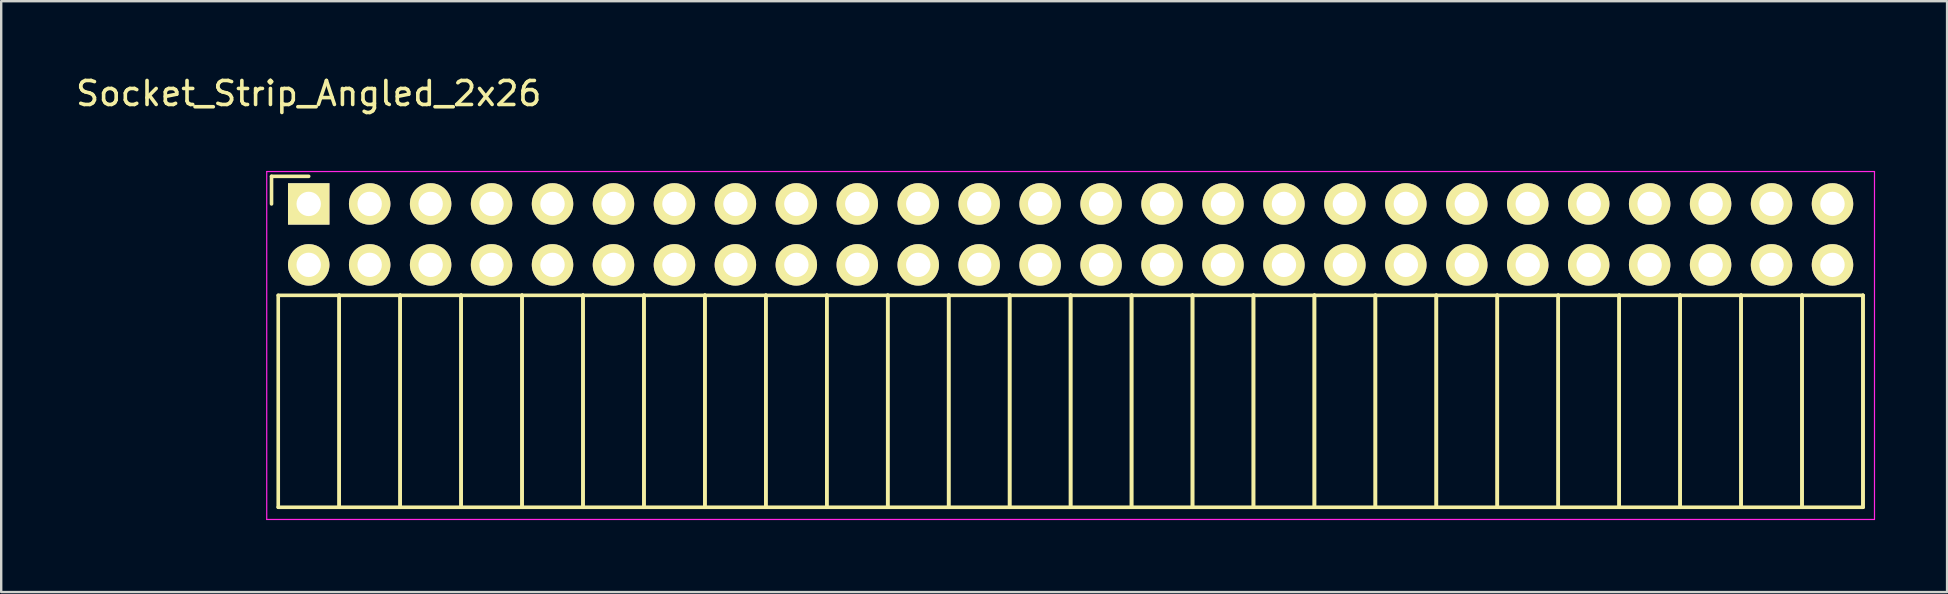
<source format=kicad_pcb>
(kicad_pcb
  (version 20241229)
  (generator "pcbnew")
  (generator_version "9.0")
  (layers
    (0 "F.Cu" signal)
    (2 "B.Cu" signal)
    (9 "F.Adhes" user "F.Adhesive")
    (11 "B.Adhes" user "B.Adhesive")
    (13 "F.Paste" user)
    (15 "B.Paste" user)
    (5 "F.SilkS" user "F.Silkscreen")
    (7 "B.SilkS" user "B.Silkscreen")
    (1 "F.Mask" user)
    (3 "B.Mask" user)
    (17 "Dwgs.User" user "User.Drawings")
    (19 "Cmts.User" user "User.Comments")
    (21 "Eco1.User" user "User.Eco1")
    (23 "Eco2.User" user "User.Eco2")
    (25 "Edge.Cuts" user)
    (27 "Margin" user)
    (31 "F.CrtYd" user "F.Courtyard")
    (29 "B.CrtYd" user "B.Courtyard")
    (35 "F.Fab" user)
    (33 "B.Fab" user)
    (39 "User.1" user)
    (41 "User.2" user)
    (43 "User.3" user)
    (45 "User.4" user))
  (footprint "Socket_Strip_Angled_2x26"
    (layer "F.Cu")
    (at 9.815 5.448)
    (property "Reference" "Socket_Strip_Angled_2x26" (at 0 -4.6 0) (layer "F.SilkS") (effects (font (size 1 1) (thickness 0.15))))
    (attr through_hole)
    (fp_line (start -1.55 -1.15) (end -1.55 0) (stroke (width 0.15) (type solid)) (layer "F.SilkS"))
    (fp_line (start -1.27 3.81) (end -1.27 12.64) (stroke (width 0.15) (type solid)) (layer "F.SilkS"))
    (fp_line (start -1.27 3.81) (end 1.27 3.81) (stroke (width 0.15) (type solid)) (layer "F.SilkS"))
    (fp_line (start -1.27 12.64) (end 1.27 12.64) (stroke (width 0.15) (type solid)) (layer "F.SilkS"))
    (fp_line (start 0 -1.15) (end -1.55 -1.15) (stroke (width 0.15) (type solid)) (layer "F.SilkS"))
    (fp_line (start 1.27 3.81) (end 1.27 12.64) (stroke (width 0.15) (type solid)) (layer "F.SilkS"))
    (fp_line (start 1.27 3.81) (end 3.81 3.81) (stroke (width 0.15) (type solid)) (layer "F.SilkS"))
    (fp_line (start 1.27 12.64) (end 1.27 3.81) (stroke (width 0.15) (type solid)) (layer "F.SilkS"))
    (fp_line (start 1.27 12.64) (end 3.81 12.64) (stroke (width 0.15) (type solid)) (layer "F.SilkS"))
    (fp_line (start 3.81 3.81) (end 3.81 12.64) (stroke (width 0.15) (type solid)) (layer "F.SilkS"))
    (fp_line (start 3.81 3.81) (end 6.35 3.81) (stroke (width 0.15) (type solid)) (layer "F.SilkS"))
    (fp_line (start 3.81 12.64) (end 3.81 3.81) (stroke (width 0.15) (type solid)) (layer "F.SilkS"))
    (fp_line (start 3.81 12.64) (end 6.35 12.64) (stroke (width 0.15) (type solid)) (layer "F.SilkS"))
    (fp_line (start 6.35 3.81) (end 6.35 12.64) (stroke (width 0.15) (type solid)) (layer "F.SilkS"))
    (fp_line (start 6.35 3.81) (end 8.89 3.81) (stroke (width 0.15) (type solid)) (layer "F.SilkS"))
    (fp_line (start 6.35 12.64) (end 6.35 3.81) (stroke (width 0.15) (type solid)) (layer "F.SilkS"))
    (fp_line (start 6.35 12.64) (end 8.89 12.64) (stroke (width 0.15) (type solid)) (layer "F.SilkS"))
    (fp_line (start 8.89 3.81) (end 8.89 12.64) (stroke (width 0.15) (type solid)) (layer "F.SilkS"))
    (fp_line (start 8.89 3.81) (end 11.43 3.81) (stroke (width 0.15) (type solid)) (layer "F.SilkS"))
    (fp_line (start 8.89 12.64) (end 8.89 3.81) (stroke (width 0.15) (type solid)) (layer "F.SilkS"))
    (fp_line (start 8.89 12.64) (end 11.43 12.64) (stroke (width 0.15) (type solid)) (layer "F.SilkS"))
    (fp_line (start 11.43 3.81) (end 11.43 12.64) (stroke (width 0.15) (type solid)) (layer "F.SilkS"))
    (fp_line (start 11.43 3.81) (end 13.97 3.81) (stroke (width 0.15) (type solid)) (layer "F.SilkS"))
    (fp_line (start 11.43 12.64) (end 11.43 3.81) (stroke (width 0.15) (type solid)) (layer "F.SilkS"))
    (fp_line (start 11.43 12.64) (end 13.97 12.64) (stroke (width 0.15) (type solid)) (layer "F.SilkS"))
    (fp_line (start 13.97 3.81) (end 13.97 12.64) (stroke (width 0.15) (type solid)) (layer "F.SilkS"))
    (fp_line (start 13.97 3.81) (end 16.51 3.81) (stroke (width 0.15) (type solid)) (layer "F.SilkS"))
    (fp_line (start 13.97 12.64) (end 13.97 3.81) (stroke (width 0.15) (type solid)) (layer "F.SilkS"))
    (fp_line (start 13.97 12.64) (end 16.51 12.64) (stroke (width 0.15) (type solid)) (layer "F.SilkS"))
    (fp_line (start 16.51 3.81) (end 16.51 12.64) (stroke (width 0.15) (type solid)) (layer "F.SilkS"))
    (fp_line (start 16.51 3.81) (end 19.05 3.81) (stroke (width 0.15) (type solid)) (layer "F.SilkS"))
    (fp_line (start 16.51 12.64) (end 16.51 3.81) (stroke (width 0.15) (type solid)) (layer "F.SilkS"))
    (fp_line (start 16.51 12.64) (end 19.05 12.64) (stroke (width 0.15) (type solid)) (layer "F.SilkS"))
    (fp_line (start 19.05 3.81) (end 19.05 12.64) (stroke (width 0.15) (type solid)) (layer "F.SilkS"))
    (fp_line (start 19.05 3.81) (end 21.59 3.81) (stroke (width 0.15) (type solid)) (layer "F.SilkS"))
    (fp_line (start 19.05 12.64) (end 19.05 3.81) (stroke (width 0.15) (type solid)) (layer "F.SilkS"))
    (fp_line (start 19.05 12.64) (end 21.59 12.64) (stroke (width 0.15) (type solid)) (layer "F.SilkS"))
    (fp_line (start 21.59 3.81) (end 21.59 12.64) (stroke (width 0.15) (type solid)) (layer "F.SilkS"))
    (fp_line (start 21.59 3.81) (end 24.13 3.81) (stroke (width 0.15) (type solid)) (layer "F.SilkS"))
    (fp_line (start 21.59 12.64) (end 21.59 3.81) (stroke (width 0.15) (type solid)) (layer "F.SilkS"))
    (fp_line (start 21.59 12.64) (end 24.13 12.64) (stroke (width 0.15) (type solid)) (layer "F.SilkS"))
    (fp_line (start 24.13 3.81) (end 24.13 12.64) (stroke (width 0.15) (type solid)) (layer "F.SilkS"))
    (fp_line (start 24.13 3.81) (end 26.67 3.81) (stroke (width 0.15) (type solid)) (layer "F.SilkS"))
    (fp_line (start 24.13 12.64) (end 24.13 3.81) (stroke (width 0.15) (type solid)) (layer "F.SilkS"))
    (fp_line (start 24.13 12.64) (end 26.67 12.64) (stroke (width 0.15) (type solid)) (layer "F.SilkS"))
    (fp_line (start 26.67 3.81) (end 26.67 12.64) (stroke (width 0.15) (type solid)) (layer "F.SilkS"))
    (fp_line (start 26.67 3.81) (end 29.21 3.81) (stroke (width 0.15) (type solid)) (layer "F.SilkS"))
    (fp_line (start 26.67 12.64) (end 26.67 3.81) (stroke (width 0.15) (type solid)) (layer "F.SilkS"))
    (fp_line (start 26.67 12.64) (end 29.21 12.64) (stroke (width 0.15) (type solid)) (layer "F.SilkS"))
    (fp_line (start 29.21 3.81) (end 29.21 12.64) (stroke (width 0.15) (type solid)) (layer "F.SilkS"))
    (fp_line (start 29.21 3.81) (end 31.75 3.81) (stroke (width 0.15) (type solid)) (layer "F.SilkS"))
    (fp_line (start 29.21 12.64) (end 29.21 3.81) (stroke (width 0.15) (type solid)) (layer "F.SilkS"))
    (fp_line (start 29.21 12.64) (end 31.75 12.64) (stroke (width 0.15) (type solid)) (layer "F.SilkS"))
    (fp_line (start 31.75 3.81) (end 31.75 12.64) (stroke (width 0.15) (type solid)) (layer "F.SilkS"))
    (fp_line (start 31.75 3.81) (end 34.29 3.81) (stroke (width 0.15) (type solid)) (layer "F.SilkS"))
    (fp_line (start 31.75 12.64) (end 31.75 3.81) (stroke (width 0.15) (type solid)) (layer "F.SilkS"))
    (fp_line (start 31.75 12.64) (end 34.29 12.64) (stroke (width 0.15) (type solid)) (layer "F.SilkS"))
    (fp_line (start 34.29 3.81) (end 34.29 12.64) (stroke (width 0.15) (type solid)) (layer "F.SilkS"))
    (fp_line (start 34.29 3.81) (end 36.83 3.81) (stroke (width 0.15) (type solid)) (layer "F.SilkS"))
    (fp_line (start 34.29 12.64) (end 34.29 3.81) (stroke (width 0.15) (type solid)) (layer "F.SilkS"))
    (fp_line (start 34.29 12.64) (end 36.83 12.64) (stroke (width 0.15) (type solid)) (layer "F.SilkS"))
    (fp_line (start 36.83 3.81) (end 36.83 12.64) (stroke (width 0.15) (type solid)) (layer "F.SilkS"))
    (fp_line (start 36.83 3.81) (end 39.37 3.81) (stroke (width 0.15) (type solid)) (layer "F.SilkS"))
    (fp_line (start 36.83 12.64) (end 36.83 3.81) (stroke (width 0.15) (type solid)) (layer "F.SilkS"))
    (fp_line (start 36.83 12.64) (end 39.37 12.64) (stroke (width 0.15) (type solid)) (layer "F.SilkS"))
    (fp_line (start 39.37 3.81) (end 39.37 12.64) (stroke (width 0.15) (type solid)) (layer "F.SilkS"))
    (fp_line (start 39.37 3.81) (end 41.91 3.81) (stroke (width 0.15) (type solid)) (layer "F.SilkS"))
    (fp_line (start 39.37 12.64) (end 39.37 3.81) (stroke (width 0.15) (type solid)) (layer "F.SilkS"))
    (fp_line (start 39.37 12.64) (end 41.91 12.64) (stroke (width 0.15) (type solid)) (layer "F.SilkS"))
    (fp_line (start 41.91 3.81) (end 41.91 12.64) (stroke (width 0.15) (type solid)) (layer "F.SilkS"))
    (fp_line (start 41.91 3.81) (end 44.45 3.81) (stroke (width 0.15) (type solid)) (layer "F.SilkS"))
    (fp_line (start 41.91 12.64) (end 41.91 3.81) (stroke (width 0.15) (type solid)) (layer "F.SilkS"))
    (fp_line (start 41.91 12.64) (end 44.45 12.64) (stroke (width 0.15) (type solid)) (layer "F.SilkS"))
    (fp_line (start 44.45 3.81) (end 44.45 12.64) (stroke (width 0.15) (type solid)) (layer "F.SilkS"))
    (fp_line (start 44.45 3.81) (end 46.99 3.81) (stroke (width 0.15) (type solid)) (layer "F.SilkS"))
    (fp_line (start 44.45 12.64) (end 44.45 3.81) (stroke (width 0.15) (type solid)) (layer "F.SilkS"))
    (fp_line (start 44.45 12.64) (end 46.99 12.64) (stroke (width 0.15) (type solid)) (layer "F.SilkS"))
    (fp_line (start 46.99 3.81) (end 46.99 12.64) (stroke (width 0.15) (type solid)) (layer "F.SilkS"))
    (fp_line (start 46.99 3.81) (end 49.53 3.81) (stroke (width 0.15) (type solid)) (layer "F.SilkS"))
    (fp_line (start 46.99 12.64) (end 46.99 3.81) (stroke (width 0.15) (type solid)) (layer "F.SilkS"))
    (fp_line (start 46.99 12.64) (end 49.53 12.64) (stroke (width 0.15) (type solid)) (layer "F.SilkS"))
    (fp_line (start 49.53 3.81) (end 49.53 12.64) (stroke (width 0.15) (type solid)) (layer "F.SilkS"))
    (fp_line (start 49.53 3.81) (end 52.07 3.81) (stroke (width 0.15) (type solid)) (layer "F.SilkS"))
    (fp_line (start 49.53 12.64) (end 49.53 3.81) (stroke (width 0.15) (type solid)) (layer "F.SilkS"))
    (fp_line (start 49.53 12.64) (end 52.07 12.64) (stroke (width 0.15) (type solid)) (layer "F.SilkS"))
    (fp_line (start 52.07 3.81) (end 52.07 12.64) (stroke (width 0.15) (type solid)) (layer "F.SilkS"))
    (fp_line (start 52.07 3.81) (end 54.61 3.81) (stroke (width 0.15) (type solid)) (layer "F.SilkS"))
    (fp_line (start 52.07 12.64) (end 52.07 3.81) (stroke (width 0.15) (type solid)) (layer "F.SilkS"))
    (fp_line (start 52.07 12.64) (end 54.61 12.64) (stroke (width 0.15) (type solid)) (layer "F.SilkS"))
    (fp_line (start 54.61 3.81) (end 54.61 12.64) (stroke (width 0.15) (type solid)) (layer "F.SilkS"))
    (fp_line (start 54.61 3.81) (end 57.15 3.81) (stroke (width 0.15) (type solid)) (layer "F.SilkS"))
    (fp_line (start 54.61 12.64) (end 54.61 3.81) (stroke (width 0.15) (type solid)) (layer "F.SilkS"))
    (fp_line (start 54.61 12.64) (end 57.15 12.64) (stroke (width 0.15) (type solid)) (layer "F.SilkS"))
    (fp_line (start 57.15 3.81) (end 57.15 12.64) (stroke (width 0.15) (type solid)) (layer "F.SilkS"))
    (fp_line (start 57.15 3.81) (end 59.69 3.81) (stroke (width 0.15) (type solid)) (layer "F.SilkS"))
    (fp_line (start 57.15 12.64) (end 57.15 3.81) (stroke (width 0.15) (type solid)) (layer "F.SilkS"))
    (fp_line (start 57.15 12.64) (end 59.69 12.64) (stroke (width 0.15) (type solid)) (layer "F.SilkS"))
    (fp_line (start 59.69 3.81) (end 59.69 12.64) (stroke (width 0.15) (type solid)) (layer "F.SilkS"))
    (fp_line (start 59.69 3.81) (end 62.23 3.81) (stroke (width 0.15) (type solid)) (layer "F.SilkS"))
    (fp_line (start 59.69 12.64) (end 59.69 3.81) (stroke (width 0.15) (type solid)) (layer "F.SilkS"))
    (fp_line (start 59.69 12.64) (end 62.23 12.64) (stroke (width 0.15) (type solid)) (layer "F.SilkS"))
    (fp_line (start 62.23 3.81) (end 62.23 12.64) (stroke (width 0.15) (type solid)) (layer "F.SilkS"))
    (fp_line (start 62.23 3.81) (end 64.77 3.81) (stroke (width 0.15) (type solid)) (layer "F.SilkS"))
    (fp_line (start 62.23 12.64) (end 62.23 3.81) (stroke (width 0.15) (type solid)) (layer "F.SilkS"))
    (fp_line (start 62.23 12.64) (end 64.77 12.64) (stroke (width 0.15) (type solid)) (layer "F.SilkS"))
    (fp_line (start 64.77 3.81) (end 64.77 12.64) (stroke (width 0.15) (type solid)) (layer "F.SilkS"))
    (fp_line (start 64.77 12.64) (end 64.77 3.81) (stroke (width 0.15) (type solid)) (layer "F.SilkS"))
    (fp_line (start -1.75 -1.35) (end -1.75 13.15) (stroke (width 0.05) (type solid)) (layer "F.CrtYd"))
    (fp_line (start -1.75 -1.35) (end 65.25 -1.35) (stroke (width 0.05) (type solid)) (layer "F.CrtYd"))
    (fp_line (start -1.75 13.15) (end 65.25 13.15) (stroke (width 0.05) (type solid)) (layer "F.CrtYd"))
    (fp_line (start 65.25 -1.35) (end 65.25 13.15) (stroke (width 0.05) (type solid)) (layer "F.CrtYd"))
    (pad "1" thru_hole rect (at 0 0) (size 1.727 1.727) (drill 1.016) (layers "*.Cu" "*.Mask" "F.SilkS"))
    (pad "2" thru_hole oval (at 0 2.54) (size 1.727 1.727) (drill 1.016) (layers "*.Cu" "*.Mask" "F.SilkS"))
    (pad "3" thru_hole oval (at 2.54 0) (size 1.727 1.727) (drill 1.016) (layers "*.Cu" "*.Mask" "F.SilkS"))
    (pad "4" thru_hole oval (at 2.54 2.54) (size 1.727 1.727) (drill 1.016) (layers "*.Cu" "*.Mask" "F.SilkS"))
    (pad "5" thru_hole oval (at 5.08 0) (size 1.727 1.727) (drill 1.016) (layers "*.Cu" "*.Mask" "F.SilkS"))
    (pad "6" thru_hole oval (at 5.08 2.54) (size 1.727 1.727) (drill 1.016) (layers "*.Cu" "*.Mask" "F.SilkS"))
    (pad "7" thru_hole oval (at 7.62 0) (size 1.727 1.727) (drill 1.016) (layers "*.Cu" "*.Mask" "F.SilkS"))
    (pad "8" thru_hole oval (at 7.62 2.54) (size 1.727 1.727) (drill 1.016) (layers "*.Cu" "*.Mask" "F.SilkS"))
    (pad "9" thru_hole oval (at 10.16 0) (size 1.727 1.727) (drill 1.016) (layers "*.Cu" "*.Mask" "F.SilkS"))
    (pad "10" thru_hole oval (at 10.16 2.54) (size 1.727 1.727) (drill 1.016) (layers "*.Cu" "*.Mask" "F.SilkS"))
    (pad "11" thru_hole oval (at 12.7 0) (size 1.727 1.727) (drill 1.016) (layers "*.Cu" "*.Mask" "F.SilkS"))
    (pad "12" thru_hole oval (at 12.7 2.54) (size 1.727 1.727) (drill 1.016) (layers "*.Cu" "*.Mask" "F.SilkS"))
    (pad "13" thru_hole oval (at 15.24 0) (size 1.727 1.727) (drill 1.016) (layers "*.Cu" "*.Mask" "F.SilkS"))
    (pad "14" thru_hole oval (at 15.24 2.54) (size 1.727 1.727) (drill 1.016) (layers "*.Cu" "*.Mask" "F.SilkS"))
    (pad "15" thru_hole oval (at 17.78 0) (size 1.727 1.727) (drill 1.016) (layers "*.Cu" "*.Mask" "F.SilkS"))
    (pad "16" thru_hole oval (at 17.78 2.54) (size 1.727 1.727) (drill 1.016) (layers "*.Cu" "*.Mask" "F.SilkS"))
    (pad "17" thru_hole oval (at 20.32 0) (size 1.727 1.727) (drill 1.016) (layers "*.Cu" "*.Mask" "F.SilkS"))
    (pad "18" thru_hole oval (at 20.32 2.54) (size 1.727 1.727) (drill 1.016) (layers "*.Cu" "*.Mask" "F.SilkS"))
    (pad "19" thru_hole oval (at 22.86 0) (size 1.727 1.727) (drill 1.016) (layers "*.Cu" "*.Mask" "F.SilkS"))
    (pad "20" thru_hole oval (at 22.86 2.54) (size 1.727 1.727) (drill 1.016) (layers "*.Cu" "*.Mask" "F.SilkS"))
    (pad "21" thru_hole oval (at 25.4 0) (size 1.727 1.727) (drill 1.016) (layers "*.Cu" "*.Mask" "F.SilkS"))
    (pad "22" thru_hole oval (at 25.4 2.54) (size 1.727 1.727) (drill 1.016) (layers "*.Cu" "*.Mask" "F.SilkS"))
    (pad "23" thru_hole oval (at 27.94 0) (size 1.727 1.727) (drill 1.016) (layers "*.Cu" "*.Mask" "F.SilkS"))
    (pad "24" thru_hole oval (at 27.94 2.54) (size 1.727 1.727) (drill 1.016) (layers "*.Cu" "*.Mask" "F.SilkS"))
    (pad "25" thru_hole oval (at 30.48 0) (size 1.727 1.727) (drill 1.016) (layers "*.Cu" "*.Mask" "F.SilkS"))
    (pad "26" thru_hole oval (at 30.48 2.54) (size 1.727 1.727) (drill 1.016) (layers "*.Cu" "*.Mask" "F.SilkS"))
    (pad "27" thru_hole oval (at 33.02 0) (size 1.727 1.727) (drill 1.016) (layers "*.Cu" "*.Mask" "F.SilkS"))
    (pad "28" thru_hole oval (at 33.02 2.54) (size 1.727 1.727) (drill 1.016) (layers "*.Cu" "*.Mask" "F.SilkS"))
    (pad "29" thru_hole oval (at 35.56 0) (size 1.727 1.727) (drill 1.016) (layers "*.Cu" "*.Mask" "F.SilkS"))
    (pad "30" thru_hole oval (at 35.56 2.54) (size 1.727 1.727) (drill 1.016) (layers "*.Cu" "*.Mask" "F.SilkS"))
    (pad "31" thru_hole oval (at 38.1 0) (size 1.727 1.727) (drill 1.016) (layers "*.Cu" "*.Mask" "F.SilkS"))
    (pad "32" thru_hole oval (at 38.1 2.54) (size 1.727 1.727) (drill 1.016) (layers "*.Cu" "*.Mask" "F.SilkS"))
    (pad "33" thru_hole oval (at 40.64 0) (size 1.727 1.727) (drill 1.016) (layers "*.Cu" "*.Mask" "F.SilkS"))
    (pad "34" thru_hole oval (at 40.64 2.54) (size 1.727 1.727) (drill 1.016) (layers "*.Cu" "*.Mask" "F.SilkS"))
    (pad "35" thru_hole oval (at 43.18 0) (size 1.727 1.727) (drill 1.016) (layers "*.Cu" "*.Mask" "F.SilkS"))
    (pad "36" thru_hole oval (at 43.18 2.54) (size 1.727 1.727) (drill 1.016) (layers "*.Cu" "*.Mask" "F.SilkS"))
    (pad "37" thru_hole oval (at 45.72 0) (size 1.727 1.727) (drill 1.016) (layers "*.Cu" "*.Mask" "F.SilkS"))
    (pad "38" thru_hole oval (at 45.72 2.54) (size 1.727 1.727) (drill 1.016) (layers "*.Cu" "*.Mask" "F.SilkS"))
    (pad "39" thru_hole oval (at 48.26 0) (size 1.727 1.727) (drill 1.016) (layers "*.Cu" "*.Mask" "F.SilkS"))
    (pad "40" thru_hole oval (at 48.26 2.54) (size 1.727 1.727) (drill 1.016) (layers "*.Cu" "*.Mask" "F.SilkS"))
    (pad "41" thru_hole oval (at 50.8 0) (size 1.727 1.727) (drill 1.016) (layers "*.Cu" "*.Mask" "F.SilkS"))
    (pad "42" thru_hole oval (at 50.8 2.54) (size 1.727 1.727) (drill 1.016) (layers "*.Cu" "*.Mask" "F.SilkS"))
    (pad "43" thru_hole oval (at 53.34 0) (size 1.727 1.727) (drill 1.016) (layers "*.Cu" "*.Mask" "F.SilkS"))
    (pad "44" thru_hole oval (at 53.34 2.54) (size 1.727 1.727) (drill 1.016) (layers "*.Cu" "*.Mask" "F.SilkS"))
    (pad "45" thru_hole oval (at 55.88 0) (size 1.727 1.727) (drill 1.016) (layers "*.Cu" "*.Mask" "F.SilkS"))
    (pad "46" thru_hole oval (at 55.88 2.54) (size 1.727 1.727) (drill 1.016) (layers "*.Cu" "*.Mask" "F.SilkS"))
    (pad "47" thru_hole oval (at 58.42 0) (size 1.727 1.727) (drill 1.016) (layers "*.Cu" "*.Mask" "F.SilkS"))
    (pad "48" thru_hole oval (at 58.42 2.54) (size 1.727 1.727) (drill 1.016) (layers "*.Cu" "*.Mask" "F.SilkS"))
    (pad "49" thru_hole oval (at 60.96 0) (size 1.727 1.727) (drill 1.016) (layers "*.Cu" "*.Mask" "F.SilkS"))
    (pad "50" thru_hole oval (at 60.96 2.54) (size 1.727 1.727) (drill 1.016) (layers "*.Cu" "*.Mask" "F.SilkS"))
    (pad "51" thru_hole oval (at 63.5 0) (size 1.727 1.727) (drill 1.016) (layers "*.Cu" "*.Mask" "F.SilkS"))
    (pad "52" thru_hole oval (at 63.5 2.54) (size 1.727 1.727) (drill 1.016) (layers "*.Cu" "*.Mask" "F.SilkS")))
  (gr_rect
    (start -3 -3)
    (end 78.09 21.623)
    (stroke (width 0.1) (type default))
    (fill no)
    (layer "Edge.Cuts")))
</source>
